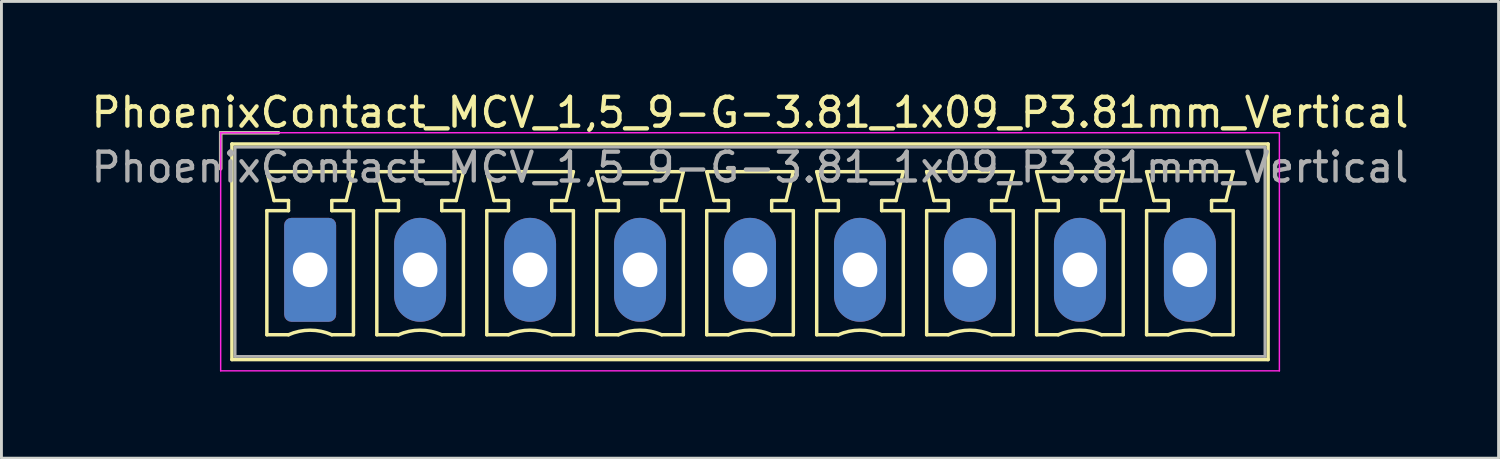
<source format=kicad_pcb>
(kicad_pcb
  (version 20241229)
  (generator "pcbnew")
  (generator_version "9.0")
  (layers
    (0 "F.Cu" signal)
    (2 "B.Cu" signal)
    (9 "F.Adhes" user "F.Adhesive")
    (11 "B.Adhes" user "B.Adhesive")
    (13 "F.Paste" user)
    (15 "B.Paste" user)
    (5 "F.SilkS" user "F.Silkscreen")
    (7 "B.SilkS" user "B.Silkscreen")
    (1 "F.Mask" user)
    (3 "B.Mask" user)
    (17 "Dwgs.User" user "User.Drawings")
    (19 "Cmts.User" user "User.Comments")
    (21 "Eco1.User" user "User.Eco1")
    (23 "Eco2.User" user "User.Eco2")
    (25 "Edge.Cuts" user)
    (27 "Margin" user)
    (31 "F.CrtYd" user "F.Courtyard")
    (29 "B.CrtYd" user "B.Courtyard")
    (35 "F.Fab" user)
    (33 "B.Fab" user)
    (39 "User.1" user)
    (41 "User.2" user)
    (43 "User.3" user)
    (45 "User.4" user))
  (footprint "PhoenixContact_MCV_1,5_9-G-3.81_1x09_P3.81mm_Vertical"
    (layer "F.Cu")
    (at 7.695 6.298)
    (property "Reference" "PhoenixContact_MCV_1,5_9-G-3.81_1x09_P3.81mm_Vertical" (at 15.24 -5.45 0) (layer "F.SilkS") (effects (font (size 1 1) (thickness 0.15))))
    (attr through_hole)
    (fp_line (start -3.1 -4.75) (end -1.1 -4.75) (stroke (width 0.12) (type solid)) (layer "F.SilkS"))
    (fp_line (start -3.1 -3.5) (end -3.1 -4.75) (stroke (width 0.12) (type solid)) (layer "F.SilkS"))
    (fp_line (start -2.71 -4.36) (end -2.71 3.11) (stroke (width 0.12) (type solid)) (layer "F.SilkS"))
    (fp_line (start -2.71 3.11) (end 33.19 3.11) (stroke (width 0.12) (type solid)) (layer "F.SilkS"))
    (fp_line (start -1.5 -3.4) (end 1.5 -3.4) (stroke (width 0.12) (type solid)) (layer "F.SilkS"))
    (fp_line (start -1.5 -2.05) (end -0.75 -2.05) (stroke (width 0.12) (type solid)) (layer "F.SilkS"))
    (fp_line (start -1.5 2.25) (end -1.5 -2.05) (stroke (width 0.12) (type solid)) (layer "F.SilkS"))
    (fp_line (start -1.25 -2.4) (end -1.5 -3.4) (stroke (width 0.12) (type solid)) (layer "F.SilkS"))
    (fp_line (start -0.75 -2.4) (end -1.25 -2.4) (stroke (width 0.12) (type solid)) (layer "F.SilkS"))
    (fp_line (start -0.75 -2.05) (end -0.75 -2.4) (stroke (width 0.12) (type solid)) (layer "F.SilkS"))
    (fp_line (start -0.75 2.25) (end -1.5 2.25) (stroke (width 0.12) (type solid)) (layer "F.SilkS"))
    (fp_line (start 0.75 -2.4) (end 0.75 -2.05) (stroke (width 0.12) (type solid)) (layer "F.SilkS"))
    (fp_line (start 0.75 -2.05) (end 1.5 -2.05) (stroke (width 0.12) (type solid)) (layer "F.SilkS"))
    (fp_line (start 1.25 -2.4) (end 0.75 -2.4) (stroke (width 0.12) (type solid)) (layer "F.SilkS"))
    (fp_line (start 1.5 -3.4) (end 1.25 -2.4) (stroke (width 0.12) (type solid)) (layer "F.SilkS"))
    (fp_line (start 1.5 -2.05) (end 1.5 2.25) (stroke (width 0.12) (type solid)) (layer "F.SilkS"))
    (fp_line (start 1.5 2.25) (end 0.75 2.25) (stroke (width 0.12) (type solid)) (layer "F.SilkS"))
    (fp_line (start 2.31 -3.4) (end 5.31 -3.4) (stroke (width 0.12) (type solid)) (layer "F.SilkS"))
    (fp_line (start 2.31 -2.05) (end 3.06 -2.05) (stroke (width 0.12) (type solid)) (layer "F.SilkS"))
    (fp_line (start 2.31 2.25) (end 2.31 -2.05) (stroke (width 0.12) (type solid)) (layer "F.SilkS"))
    (fp_line (start 2.56 -2.4) (end 2.31 -3.4) (stroke (width 0.12) (type solid)) (layer "F.SilkS"))
    (fp_line (start 3.06 -2.4) (end 2.56 -2.4) (stroke (width 0.12) (type solid)) (layer "F.SilkS"))
    (fp_line (start 3.06 -2.05) (end 3.06 -2.4) (stroke (width 0.12) (type solid)) (layer "F.SilkS"))
    (fp_line (start 3.06 2.25) (end 2.31 2.25) (stroke (width 0.12) (type solid)) (layer "F.SilkS"))
    (fp_line (start 4.56 -2.4) (end 4.56 -2.05) (stroke (width 0.12) (type solid)) (layer "F.SilkS"))
    (fp_line (start 4.56 -2.05) (end 5.31 -2.05) (stroke (width 0.12) (type solid)) (layer "F.SilkS"))
    (fp_line (start 5.06 -2.4) (end 4.56 -2.4) (stroke (width 0.12) (type solid)) (layer "F.SilkS"))
    (fp_line (start 5.31 -3.4) (end 5.06 -2.4) (stroke (width 0.12) (type solid)) (layer "F.SilkS"))
    (fp_line (start 5.31 -2.05) (end 5.31 2.25) (stroke (width 0.12) (type solid)) (layer "F.SilkS"))
    (fp_line (start 5.31 2.25) (end 4.56 2.25) (stroke (width 0.12) (type solid)) (layer "F.SilkS"))
    (fp_line (start 6.12 -3.4) (end 9.12 -3.4) (stroke (width 0.12) (type solid)) (layer "F.SilkS"))
    (fp_line (start 6.12 -2.05) (end 6.87 -2.05) (stroke (width 0.12) (type solid)) (layer "F.SilkS"))
    (fp_line (start 6.12 2.25) (end 6.12 -2.05) (stroke (width 0.12) (type solid)) (layer "F.SilkS"))
    (fp_line (start 6.37 -2.4) (end 6.12 -3.4) (stroke (width 0.12) (type solid)) (layer "F.SilkS"))
    (fp_line (start 6.87 -2.4) (end 6.37 -2.4) (stroke (width 0.12) (type solid)) (layer "F.SilkS"))
    (fp_line (start 6.87 -2.05) (end 6.87 -2.4) (stroke (width 0.12) (type solid)) (layer "F.SilkS"))
    (fp_line (start 6.87 2.25) (end 6.12 2.25) (stroke (width 0.12) (type solid)) (layer "F.SilkS"))
    (fp_line (start 8.37 -2.4) (end 8.37 -2.05) (stroke (width 0.12) (type solid)) (layer "F.SilkS"))
    (fp_line (start 8.37 -2.05) (end 9.12 -2.05) (stroke (width 0.12) (type solid)) (layer "F.SilkS"))
    (fp_line (start 8.87 -2.4) (end 8.37 -2.4) (stroke (width 0.12) (type solid)) (layer "F.SilkS"))
    (fp_line (start 9.12 -3.4) (end 8.87 -2.4) (stroke (width 0.12) (type solid)) (layer "F.SilkS"))
    (fp_line (start 9.12 -2.05) (end 9.12 2.25) (stroke (width 0.12) (type solid)) (layer "F.SilkS"))
    (fp_line (start 9.12 2.25) (end 8.37 2.25) (stroke (width 0.12) (type solid)) (layer "F.SilkS"))
    (fp_line (start 9.93 -3.4) (end 12.93 -3.4) (stroke (width 0.12) (type solid)) (layer "F.SilkS"))
    (fp_line (start 9.93 -2.05) (end 10.68 -2.05) (stroke (width 0.12) (type solid)) (layer "F.SilkS"))
    (fp_line (start 9.93 2.25) (end 9.93 -2.05) (stroke (width 0.12) (type solid)) (layer "F.SilkS"))
    (fp_line (start 10.18 -2.4) (end 9.93 -3.4) (stroke (width 0.12) (type solid)) (layer "F.SilkS"))
    (fp_line (start 10.68 -2.4) (end 10.18 -2.4) (stroke (width 0.12) (type solid)) (layer "F.SilkS"))
    (fp_line (start 10.68 -2.05) (end 10.68 -2.4) (stroke (width 0.12) (type solid)) (layer "F.SilkS"))
    (fp_line (start 10.68 2.25) (end 9.93 2.25) (stroke (width 0.12) (type solid)) (layer "F.SilkS"))
    (fp_line (start 12.18 -2.4) (end 12.18 -2.05) (stroke (width 0.12) (type solid)) (layer "F.SilkS"))
    (fp_line (start 12.18 -2.05) (end 12.93 -2.05) (stroke (width 0.12) (type solid)) (layer "F.SilkS"))
    (fp_line (start 12.68 -2.4) (end 12.18 -2.4) (stroke (width 0.12) (type solid)) (layer "F.SilkS"))
    (fp_line (start 12.93 -3.4) (end 12.68 -2.4) (stroke (width 0.12) (type solid)) (layer "F.SilkS"))
    (fp_line (start 12.93 -2.05) (end 12.93 2.25) (stroke (width 0.12) (type solid)) (layer "F.SilkS"))
    (fp_line (start 12.93 2.25) (end 12.18 2.25) (stroke (width 0.12) (type solid)) (layer "F.SilkS"))
    (fp_line (start 13.74 -3.4) (end 16.74 -3.4) (stroke (width 0.12) (type solid)) (layer "F.SilkS"))
    (fp_line (start 13.74 -2.05) (end 14.49 -2.05) (stroke (width 0.12) (type solid)) (layer "F.SilkS"))
    (fp_line (start 13.74 2.25) (end 13.74 -2.05) (stroke (width 0.12) (type solid)) (layer "F.SilkS"))
    (fp_line (start 13.99 -2.4) (end 13.74 -3.4) (stroke (width 0.12) (type solid)) (layer "F.SilkS"))
    (fp_line (start 14.49 -2.4) (end 13.99 -2.4) (stroke (width 0.12) (type solid)) (layer "F.SilkS"))
    (fp_line (start 14.49 -2.05) (end 14.49 -2.4) (stroke (width 0.12) (type solid)) (layer "F.SilkS"))
    (fp_line (start 14.49 2.25) (end 13.74 2.25) (stroke (width 0.12) (type solid)) (layer "F.SilkS"))
    (fp_line (start 15.99 -2.4) (end 15.99 -2.05) (stroke (width 0.12) (type solid)) (layer "F.SilkS"))
    (fp_line (start 15.99 -2.05) (end 16.74 -2.05) (stroke (width 0.12) (type solid)) (layer "F.SilkS"))
    (fp_line (start 16.49 -2.4) (end 15.99 -2.4) (stroke (width 0.12) (type solid)) (layer "F.SilkS"))
    (fp_line (start 16.74 -3.4) (end 16.49 -2.4) (stroke (width 0.12) (type solid)) (layer "F.SilkS"))
    (fp_line (start 16.74 -2.05) (end 16.74 2.25) (stroke (width 0.12) (type solid)) (layer "F.SilkS"))
    (fp_line (start 16.74 2.25) (end 15.99 2.25) (stroke (width 0.12) (type solid)) (layer "F.SilkS"))
    (fp_line (start 17.55 -3.4) (end 20.55 -3.4) (stroke (width 0.12) (type solid)) (layer "F.SilkS"))
    (fp_line (start 17.55 -2.05) (end 18.3 -2.05) (stroke (width 0.12) (type solid)) (layer "F.SilkS"))
    (fp_line (start 17.55 2.25) (end 17.55 -2.05) (stroke (width 0.12) (type solid)) (layer "F.SilkS"))
    (fp_line (start 17.8 -2.4) (end 17.55 -3.4) (stroke (width 0.12) (type solid)) (layer "F.SilkS"))
    (fp_line (start 18.3 -2.4) (end 17.8 -2.4) (stroke (width 0.12) (type solid)) (layer "F.SilkS"))
    (fp_line (start 18.3 -2.05) (end 18.3 -2.4) (stroke (width 0.12) (type solid)) (layer "F.SilkS"))
    (fp_line (start 18.3 2.25) (end 17.55 2.25) (stroke (width 0.12) (type solid)) (layer "F.SilkS"))
    (fp_line (start 19.8 -2.4) (end 19.8 -2.05) (stroke (width 0.12) (type solid)) (layer "F.SilkS"))
    (fp_line (start 19.8 -2.05) (end 20.55 -2.05) (stroke (width 0.12) (type solid)) (layer "F.SilkS"))
    (fp_line (start 20.3 -2.4) (end 19.8 -2.4) (stroke (width 0.12) (type solid)) (layer "F.SilkS"))
    (fp_line (start 20.55 -3.4) (end 20.3 -2.4) (stroke (width 0.12) (type solid)) (layer "F.SilkS"))
    (fp_line (start 20.55 -2.05) (end 20.55 2.25) (stroke (width 0.12) (type solid)) (layer "F.SilkS"))
    (fp_line (start 20.55 2.25) (end 19.8 2.25) (stroke (width 0.12) (type solid)) (layer "F.SilkS"))
    (fp_line (start 21.36 -3.4) (end 24.36 -3.4) (stroke (width 0.12) (type solid)) (layer "F.SilkS"))
    (fp_line (start 21.36 -2.05) (end 22.11 -2.05) (stroke (width 0.12) (type solid)) (layer "F.SilkS"))
    (fp_line (start 21.36 2.25) (end 21.36 -2.05) (stroke (width 0.12) (type solid)) (layer "F.SilkS"))
    (fp_line (start 21.61 -2.4) (end 21.36 -3.4) (stroke (width 0.12) (type solid)) (layer "F.SilkS"))
    (fp_line (start 22.11 -2.4) (end 21.61 -2.4) (stroke (width 0.12) (type solid)) (layer "F.SilkS"))
    (fp_line (start 22.11 -2.05) (end 22.11 -2.4) (stroke (width 0.12) (type solid)) (layer "F.SilkS"))
    (fp_line (start 22.11 2.25) (end 21.36 2.25) (stroke (width 0.12) (type solid)) (layer "F.SilkS"))
    (fp_line (start 23.61 -2.4) (end 23.61 -2.05) (stroke (width 0.12) (type solid)) (layer "F.SilkS"))
    (fp_line (start 23.61 -2.05) (end 24.36 -2.05) (stroke (width 0.12) (type solid)) (layer "F.SilkS"))
    (fp_line (start 24.11 -2.4) (end 23.61 -2.4) (stroke (width 0.12) (type solid)) (layer "F.SilkS"))
    (fp_line (start 24.36 -3.4) (end 24.11 -2.4) (stroke (width 0.12) (type solid)) (layer "F.SilkS"))
    (fp_line (start 24.36 -2.05) (end 24.36 2.25) (stroke (width 0.12) (type solid)) (layer "F.SilkS"))
    (fp_line (start 24.36 2.25) (end 23.61 2.25) (stroke (width 0.12) (type solid)) (layer "F.SilkS"))
    (fp_line (start 25.17 -3.4) (end 28.17 -3.4) (stroke (width 0.12) (type solid)) (layer "F.SilkS"))
    (fp_line (start 25.17 -2.05) (end 25.92 -2.05) (stroke (width 0.12) (type solid)) (layer "F.SilkS"))
    (fp_line (start 25.17 2.25) (end 25.17 -2.05) (stroke (width 0.12) (type solid)) (layer "F.SilkS"))
    (fp_line (start 25.42 -2.4) (end 25.17 -3.4) (stroke (width 0.12) (type solid)) (layer "F.SilkS"))
    (fp_line (start 25.92 -2.4) (end 25.42 -2.4) (stroke (width 0.12) (type solid)) (layer "F.SilkS"))
    (fp_line (start 25.92 -2.05) (end 25.92 -2.4) (stroke (width 0.12) (type solid)) (layer "F.SilkS"))
    (fp_line (start 25.92 2.25) (end 25.17 2.25) (stroke (width 0.12) (type solid)) (layer "F.SilkS"))
    (fp_line (start 27.42 -2.4) (end 27.42 -2.05) (stroke (width 0.12) (type solid)) (layer "F.SilkS"))
    (fp_line (start 27.42 -2.05) (end 28.17 -2.05) (stroke (width 0.12) (type solid)) (layer "F.SilkS"))
    (fp_line (start 27.92 -2.4) (end 27.42 -2.4) (stroke (width 0.12) (type solid)) (layer "F.SilkS"))
    (fp_line (start 28.17 -3.4) (end 27.92 -2.4) (stroke (width 0.12) (type solid)) (layer "F.SilkS"))
    (fp_line (start 28.17 -2.05) (end 28.17 2.25) (stroke (width 0.12) (type solid)) (layer "F.SilkS"))
    (fp_line (start 28.17 2.25) (end 27.42 2.25) (stroke (width 0.12) (type solid)) (layer "F.SilkS"))
    (fp_line (start 28.98 -3.4) (end 31.98 -3.4) (stroke (width 0.12) (type solid)) (layer "F.SilkS"))
    (fp_line (start 28.98 -2.05) (end 29.73 -2.05) (stroke (width 0.12) (type solid)) (layer "F.SilkS"))
    (fp_line (start 28.98 2.25) (end 28.98 -2.05) (stroke (width 0.12) (type solid)) (layer "F.SilkS"))
    (fp_line (start 29.23 -2.4) (end 28.98 -3.4) (stroke (width 0.12) (type solid)) (layer "F.SilkS"))
    (fp_line (start 29.73 -2.4) (end 29.23 -2.4) (stroke (width 0.12) (type solid)) (layer "F.SilkS"))
    (fp_line (start 29.73 -2.05) (end 29.73 -2.4) (stroke (width 0.12) (type solid)) (layer "F.SilkS"))
    (fp_line (start 29.73 2.25) (end 28.98 2.25) (stroke (width 0.12) (type solid)) (layer "F.SilkS"))
    (fp_line (start 31.23 -2.4) (end 31.23 -2.05) (stroke (width 0.12) (type solid)) (layer "F.SilkS"))
    (fp_line (start 31.23 -2.05) (end 31.98 -2.05) (stroke (width 0.12) (type solid)) (layer "F.SilkS"))
    (fp_line (start 31.73 -2.4) (end 31.23 -2.4) (stroke (width 0.12) (type solid)) (layer "F.SilkS"))
    (fp_line (start 31.98 -3.4) (end 31.73 -2.4) (stroke (width 0.12) (type solid)) (layer "F.SilkS"))
    (fp_line (start 31.98 -2.05) (end 31.98 2.25) (stroke (width 0.12) (type solid)) (layer "F.SilkS"))
    (fp_line (start 31.98 2.25) (end 31.23 2.25) (stroke (width 0.12) (type solid)) (layer "F.SilkS"))
    (fp_line (start 33.19 -4.36) (end -2.71 -4.36) (stroke (width 0.12) (type solid)) (layer "F.SilkS"))
    (fp_line (start 33.19 3.11) (end 33.19 -4.36) (stroke (width 0.12) (type solid)) (layer "F.SilkS"))
    (fp_arc (start -0.75 2.25) (mid -0.000193 2.09191) (end 0.749647 2.249844) (stroke (width 0.12) (type solid)) (layer "F.SilkS"))
    (fp_arc (start 3.06 2.25) (mid 3.809807 2.09191) (end 4.559647 2.249844) (stroke (width 0.12) (type solid)) (layer "F.SilkS"))
    (fp_arc (start 6.87 2.25) (mid 7.619807 2.09191) (end 8.369647 2.249844) (stroke (width 0.12) (type solid)) (layer "F.SilkS"))
    (fp_arc (start 10.68 2.25) (mid 11.429807 2.09191) (end 12.179647 2.249844) (stroke (width 0.12) (type solid)) (layer "F.SilkS"))
    (fp_arc (start 14.49 2.25) (mid 15.239807 2.09191) (end 15.989647 2.249844) (stroke (width 0.12) (type solid)) (layer "F.SilkS"))
    (fp_arc (start 18.3 2.25) (mid 19.049807 2.09191) (end 19.799647 2.249844) (stroke (width 0.12) (type solid)) (layer "F.SilkS"))
    (fp_arc (start 22.11 2.25) (mid 22.859807 2.09191) (end 23.609647 2.249844) (stroke (width 0.12) (type solid)) (layer "F.SilkS"))
    (fp_arc (start 25.92 2.25) (mid 26.669807 2.09191) (end 27.419647 2.249844) (stroke (width 0.12) (type solid)) (layer "F.SilkS"))
    (fp_arc (start 29.73 2.25) (mid 30.479807 2.09191) (end 31.229647 2.249844) (stroke (width 0.12) (type solid)) (layer "F.SilkS"))
    (fp_line (start -3.1 -4.75) (end -3.1 3.5) (stroke (width 0.05) (type solid)) (layer "F.CrtYd"))
    (fp_line (start -3.1 3.5) (end 33.58 3.5) (stroke (width 0.05) (type solid)) (layer "F.CrtYd"))
    (fp_line (start 33.58 -4.75) (end -3.1 -4.75) (stroke (width 0.05) (type solid)) (layer "F.CrtYd"))
    (fp_line (start 33.58 3.5) (end 33.58 -4.75) (stroke (width 0.05) (type solid)) (layer "F.CrtYd"))
    (fp_line (start -3.1 -4.75) (end -1.1 -4.75) (stroke (width 0.1) (type solid)) (layer "F.Fab"))
    (fp_line (start -3.1 -3.5) (end -3.1 -4.75) (stroke (width 0.1) (type solid)) (layer "F.Fab"))
    (fp_line (start -2.6 -4.25) (end -2.6 3) (stroke (width 0.1) (type solid)) (layer "F.Fab"))
    (fp_line (start -2.6 3) (end 33.08 3) (stroke (width 0.1) (type solid)) (layer "F.Fab"))
    (fp_line (start 33.08 -4.25) (end -2.6 -4.25) (stroke (width 0.1) (type solid)) (layer "F.Fab"))
    (fp_line (start 33.08 3) (end 33.08 -4.25) (stroke (width 0.1) (type solid)) (layer "F.Fab"))
    (fp_text user "${REFERENCE}" (at 15.24 -3.55 0) (layer "F.Fab") (effects (font (size 1 1) (thickness 0.15))))
    (pad "1" thru_hole roundrect (at 0 0) (size 1.8 3.6) (drill 1.2) (layers "*.Cu" "*.Mask") (roundrect_rratio 0.139))
    (pad "2" thru_hole oval (at 3.81 0) (size 1.8 3.6) (drill 1.2) (layers "*.Cu" "*.Mask"))
    (pad "3" thru_hole oval (at 7.62 0) (size 1.8 3.6) (drill 1.2) (layers "*.Cu" "*.Mask"))
    (pad "4" thru_hole oval (at 11.43 0) (size 1.8 3.6) (drill 1.2) (layers "*.Cu" "*.Mask"))
    (pad "5" thru_hole oval (at 15.24 0) (size 1.8 3.6) (drill 1.2) (layers "*.Cu" "*.Mask"))
    (pad "6" thru_hole oval (at 19.05 0) (size 1.8 3.6) (drill 1.2) (layers "*.Cu" "*.Mask"))
    (pad "7" thru_hole oval (at 22.86 0) (size 1.8 3.6) (drill 1.2) (layers "*.Cu" "*.Mask"))
    (pad "8" thru_hole oval (at 26.67 0) (size 1.8 3.6) (drill 1.2) (layers "*.Cu" "*.Mask"))
    (pad "9" thru_hole oval (at 30.48 0) (size 1.8 3.6) (drill 1.2) (layers "*.Cu" "*.Mask")))
  (gr_rect
    (start -3 -3)
    (end 48.869 12.823)
    (stroke (width 0.1) (type default))
    (fill no)
    (layer "Edge.Cuts")))
</source>
